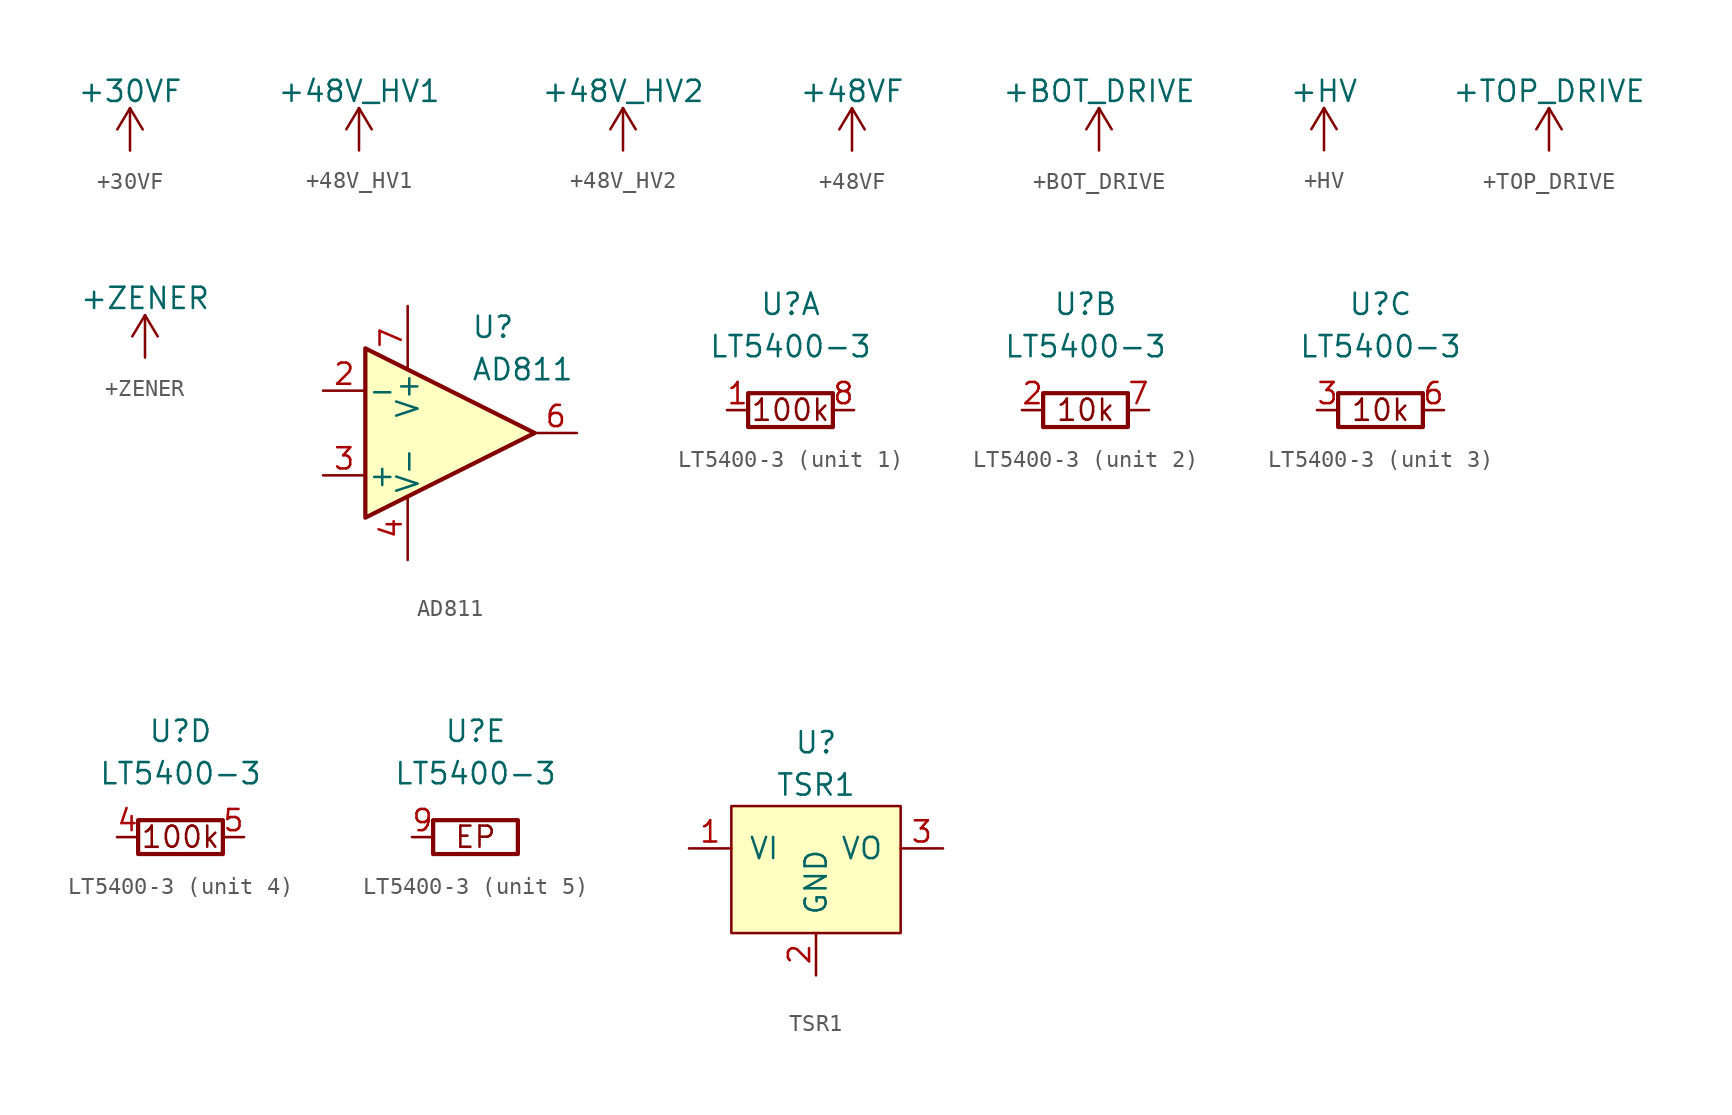
<source format=kicad_sym>
(kicad_symbol_lib
  (version 20220914)
  (generator kicad_symbol_editor)
  (symbol "+30VF"
    (power)
    (pin_names
      (offset 0))
    (property "Reference" "#PWR"
      (at 0 -3.81 0)
      (effects (font (size 1.27 1.27)) hide))
    (property "Value" "+30VF"
      (at 0 3.556 0)
      (effects (font (size 1.27 1.27))))
    (symbol "+30VF_0_1"
      (polyline (pts (xy -0.762 1.27) (xy 0 2.54)) (stroke (width 0) (type default)) (fill (type none)))
      (polyline (pts (xy 0 0) (xy 0 2.54)) (stroke (width 0) (type default)) (fill (type none)))
      (polyline (pts (xy 0 2.54) (xy 0.762 1.27)) (stroke (width 0) (type default)) (fill (type none))))
    (symbol "+30VF_1_1"
      (pin power_in line (at 0 0 90) (length 0) hide (name "+30VF" (effects (font (size 1.27 1.27)))) (number "1" (effects (font (size 1.27 1.27)))))))
  (symbol "+48V_HV1"
    (power)
    (pin_names
      (offset 0))
    (property "Reference" "#PWR"
      (at 0 -3.81 0)
      (effects (font (size 1.27 1.27)) hide))
    (property "Value" "+48V_HV1"
      (at 0 3.556 0)
      (effects (font (size 1.27 1.27))))
    (symbol "+48V_HV1_0_1"
      (polyline (pts (xy -0.762 1.27) (xy 0 2.54)) (stroke (width 0) (type default)) (fill (type none)))
      (polyline (pts (xy 0 0) (xy 0 2.54)) (stroke (width 0) (type default)) (fill (type none)))
      (polyline (pts (xy 0 2.54) (xy 0.762 1.27)) (stroke (width 0) (type default)) (fill (type none))))
    (symbol "+48V_HV1_1_1"
      (pin power_in line (at 0 0 90) (length 0) hide (name "+48V_HV1" (effects (font (size 1.27 1.27)))) (number "1" (effects (font (size 1.27 1.27)))))))
  (symbol "+48V_HV2"
    (power)
    (pin_names
      (offset 0))
    (property "Reference" "#PWR"
      (at 0 -3.81 0)
      (effects (font (size 1.27 1.27)) hide))
    (property "Value" "+48V_HV2"
      (at 0 3.556 0)
      (effects (font (size 1.27 1.27))))
    (symbol "+48V_HV2_0_1"
      (polyline (pts (xy -0.762 1.27) (xy 0 2.54)) (stroke (width 0) (type default)) (fill (type none)))
      (polyline (pts (xy 0 0) (xy 0 2.54)) (stroke (width 0) (type default)) (fill (type none)))
      (polyline (pts (xy 0 2.54) (xy 0.762 1.27)) (stroke (width 0) (type default)) (fill (type none))))
    (symbol "+48V_HV2_1_1"
      (pin power_in line (at 0 0 90) (length 0) hide (name "+48V_HV2" (effects (font (size 1.27 1.27)))) (number "1" (effects (font (size 1.27 1.27)))))))
  (symbol "+48VF"
    (power)
    (pin_names
      (offset 0))
    (property "Reference" "#PWR"
      (at 0 -3.81 0)
      (effects (font (size 1.27 1.27)) hide))
    (property "Value" "+48VF"
      (at 0 3.556 0)
      (effects (font (size 1.27 1.27))))
    (symbol "+48VF_0_1"
      (polyline (pts (xy -0.762 1.27) (xy 0 2.54)) (stroke (width 0) (type default)) (fill (type none)))
      (polyline (pts (xy 0 0) (xy 0 2.54)) (stroke (width 0) (type default)) (fill (type none)))
      (polyline (pts (xy 0 2.54) (xy 0.762 1.27)) (stroke (width 0) (type default)) (fill (type none))))
    (symbol "+48VF_1_1"
      (pin power_in line (at 0 0 90) (length 0) hide (name "+48VF" (effects (font (size 1.27 1.27)))) (number "1" (effects (font (size 1.27 1.27)))))))
  (symbol "+BOT_DRIVE"
    (power)
    (pin_names
      (offset 0))
    (property "Reference" "#PWR"
      (at 0 -3.81 0)
      (effects (font (size 1.27 1.27)) hide))
    (property "Value" "+BOT_DRIVE"
      (at 0 3.556 0)
      (effects (font (size 1.27 1.27))))
    (symbol "+BOT_DRIVE_0_1"
      (polyline (pts (xy -0.762 1.27) (xy 0 2.54)) (stroke (width 0) (type default)) (fill (type none)))
      (polyline (pts (xy 0 0) (xy 0 2.54)) (stroke (width 0) (type default)) (fill (type none)))
      (polyline (pts (xy 0 2.54) (xy 0.762 1.27)) (stroke (width 0) (type default)) (fill (type none))))
    (symbol "+BOT_DRIVE_1_1"
      (pin power_in line (at 0 0 90) (length 0) hide (name "+BOT_DRIVE" (effects (font (size 1.27 1.27)))) (number "1" (effects (font (size 1.27 1.27)))))))
  (symbol "+HV"
    (power)
    (pin_names
      (offset 0))
    (property "Reference" "#PWR"
      (at 0 -3.81 0)
      (effects (font (size 1.27 1.27)) hide))
    (property "Value" "+HV"
      (at 0 3.556 0)
      (effects (font (size 1.27 1.27))))
    (symbol "+HV_0_1"
      (polyline (pts (xy -0.762 1.27) (xy 0 2.54)) (stroke (width 0) (type default)) (fill (type none)))
      (polyline (pts (xy 0 0) (xy 0 2.54)) (stroke (width 0) (type default)) (fill (type none)))
      (polyline (pts (xy 0 2.54) (xy 0.762 1.27)) (stroke (width 0) (type default)) (fill (type none))))
    (symbol "+HV_1_1"
      (pin power_in line (at 0 0 90) (length 0) hide (name "+HV" (effects (font (size 1.27 1.27)))) (number "1" (effects (font (size 1.27 1.27)))))))
  (symbol "+TOP_DRIVE"
    (power)
    (pin_names
      (offset 0))
    (property "Reference" "#PWR"
      (at 0 -3.81 0)
      (effects (font (size 1.27 1.27)) hide))
    (property "Value" "+TOP_DRIVE"
      (at 0 3.556 0)
      (effects (font (size 1.27 1.27))))
    (symbol "+TOP_DRIVE_0_1"
      (polyline (pts (xy -0.762 1.27) (xy 0 2.54)) (stroke (width 0) (type default)) (fill (type none)))
      (polyline (pts (xy 0 0) (xy 0 2.54)) (stroke (width 0) (type default)) (fill (type none)))
      (polyline (pts (xy 0 2.54) (xy 0.762 1.27)) (stroke (width 0) (type default)) (fill (type none))))
    (symbol "+TOP_DRIVE_1_1"
      (pin power_in line (at 0 0 90) (length 0) hide (name "+TOP_DRIVE" (effects (font (size 1.27 1.27)))) (number "1" (effects (font (size 1.27 1.27)))))))
  (symbol "+ZENER"
    (power)
    (pin_names
      (offset 0))
    (property "Reference" "#PWR"
      (at 0 -3.81 0)
      (effects (font (size 1.27 1.27)) hide))
    (property "Value" "+ZENER"
      (at 0 3.556 0)
      (effects (font (size 1.27 1.27))))
    (symbol "+ZENER_0_1"
      (polyline (pts (xy -0.762 1.27) (xy 0 2.54)) (stroke (width 0) (type default)) (fill (type none)))
      (polyline (pts (xy 0 0) (xy 0 2.54)) (stroke (width 0) (type default)) (fill (type none)))
      (polyline (pts (xy 0 2.54) (xy 0.762 1.27)) (stroke (width 0) (type default)) (fill (type none))))
    (symbol "+ZENER_1_1"
      (pin power_in line (at 0 0 90) (length 0) hide (name "+ZENER" (effects (font (size 1.27 1.27)))) (number "1" (effects (font (size 1.27 1.27)))))))
  (symbol "AD811"
    (pin_names
      (offset 0.127))
    (property "Reference" "U"
      (at 2.54 6.35 0)
      (effects (font (size 1.27 1.27)) (justify left)))
    (property "Value" "AD811"
      (at 2.54 3.81 0)
      (effects (font (size 1.27 1.27)) (justify left)))
    (symbol "AD811_0_1"
      (polyline (pts (xy -3.81 5.08) (xy 6.35 0) (xy -3.81 -5.08) (xy -3.81 5.08)) (stroke (width 0.254) (type default)) (fill (type background))))
    (symbol "AD811_1_1"
      (pin no_connect non_logic (at 1.27 -2.54 90) (length 0) hide (name "NC" (effects (font (size 0.508 0.508)))) (number "1" (effects (font (size 1.27 1.27)))))
      (pin input line (at -6.35 2.54 0) (length 2.54) (name "-" (effects (font (size 1.27 1.27)))) (number "2" (effects (font (size 1.27 1.27)))))
      (pin input line (at -6.35 -2.54 0) (length 2.54) (name "+" (effects (font (size 1.27 1.27)))) (number "3" (effects (font (size 1.27 1.27)))))
      (pin power_in line (at -1.27 -7.62 90) (length 3.81) (name "V-" (effects (font (size 1.27 1.27)))) (number "4" (effects (font (size 1.27 1.27)))))
      (pin no_connect non_logic (at 3.81 -1.27 90) (length 0) hide (name "NC" (effects (font (size 0.508 0.508)))) (number "5" (effects (font (size 1.27 1.27)))))
      (pin output line (at 8.89 0 180) (length 2.54) (name "~" (effects (font (size 1.27 1.27)))) (number "6" (effects (font (size 1.27 1.27)))))
      (pin power_in line (at -1.27 7.62 270) (length 3.81) (name "V+" (effects (font (size 1.27 1.27)))) (number "7" (effects (font (size 1.27 1.27)))))
      (pin no_connect non_logic (at 1.27 2.54 270) (length 0) hide (name "NC" (effects (font (size 0.508 0.508)))) (number "8" (effects (font (size 1.27 1.27)))))))
  (symbol "LT5400-3"
    (property "Reference" "U"
      (at 0 6.35 0)
      (effects (font (size 1.27 1.27))))
    (property "Value" "LT5400-3"
      (at 0 3.81 0)
      (effects (font (size 1.27 1.27))))
    (symbol "LT5400-3_1_1"
      (rectangle (start -2.54 1.016) (end 2.54 -1.016) (stroke (width 0.254) (type default)) (fill (type none)))
      (text "100k" (at 0 0 0) (effects (font (size 1.27 1.27))))
      (pin passive line (at -3.81 0 0) (length 1.27) (name "~" (effects (font (size 1.27 1.27)))) (number "1" (effects (font (size 1.27 1.27)))))
      (pin passive line (at 3.81 0 180) (length 1.27) (name "~" (effects (font (size 1.27 1.27)))) (number "8" (effects (font (size 1.27 1.27))))))
    (symbol "LT5400-3_2_1"
      (rectangle (start -2.54 1.016) (end 2.54 -1.016) (stroke (width 0.254) (type default)) (fill (type none)))
      (text "10k" (at 0 0 0) (effects (font (size 1.27 1.27))))
      (pin passive line (at -3.81 0 0) (length 1.27) (name "~" (effects (font (size 1.27 1.27)))) (number "2" (effects (font (size 1.27 1.27)))))
      (pin passive line (at 3.81 0 180) (length 1.27) (name "~" (effects (font (size 1.27 1.27)))) (number "7" (effects (font (size 1.27 1.27))))))
    (symbol "LT5400-3_3_1"
      (rectangle (start -2.54 1.016) (end 2.54 -1.016) (stroke (width 0.254) (type default)) (fill (type none)))
      (text "10k" (at 0 0 0) (effects (font (size 1.27 1.27))))
      (pin passive line (at -3.81 0 0) (length 1.27) (name "~" (effects (font (size 1.27 1.27)))) (number "3" (effects (font (size 1.27 1.27)))))
      (pin passive line (at 3.81 0 180) (length 1.27) (name "~" (effects (font (size 1.27 1.27)))) (number "6" (effects (font (size 1.27 1.27))))))
    (symbol "LT5400-3_4_1"
      (rectangle (start -2.54 1.016) (end 2.54 -1.016) (stroke (width 0.254) (type default)) (fill (type none)))
      (text "100k" (at 0 0 0) (effects (font (size 1.27 1.27))))
      (pin passive line (at -3.81 0 0) (length 1.27) (name "~" (effects (font (size 1.27 1.27)))) (number "4" (effects (font (size 1.27 1.27)))))
      (pin passive line (at 3.81 0 180) (length 1.27) (name "~" (effects (font (size 1.27 1.27)))) (number "5" (effects (font (size 1.27 1.27))))))
    (symbol "LT5400-3_5_1"
      (rectangle (start -2.54 1.016) (end 2.54 -1.016) (stroke (width 0.254) (type default)) (fill (type none)))
      (text "EP" (at 0 0 0) (effects (font (size 1.27 1.27))))
      (pin passive line (at -3.81 0 0) (length 1.27) (name "~" (effects (font (size 1.27 1.27)))) (number "9" (effects (font (size 1.27 1.27)))))))
  (symbol "TSR1"
    (pin_names
      (offset 1.016))
    (property "Reference" "U"
      (at 0 7.62 0)
      (effects (font (size 1.27 1.27))))
    (property "Value" "TSR1"
      (at 0 5.08 0)
      (effects (font (size 1.27 1.27))))
    (symbol "TSR1_0_1"
      (rectangle (start -5.08 3.81) (end 5.08 -3.81) (stroke (width 0) (type default)) (fill (type background))))
    (symbol "TSR1_1_1"
      (pin power_in line (at -7.62 1.27 0) (length 2.54) (name "VI" (effects (font (size 1.27 1.27)))) (number "1" (effects (font (size 1.27 1.27)))))
      (pin passive line (at 0 -6.35 90) (length 2.54) (name "GND" (effects (font (size 1.27 1.27)))) (number "2" (effects (font (size 1.27 1.27)))))
      (pin power_out line (at 7.62 1.27 180) (length 2.54) (name "VO" (effects (font (size 1.27 1.27)))) (number "3" (effects (font (size 1.27 1.27))))))))
</source>
